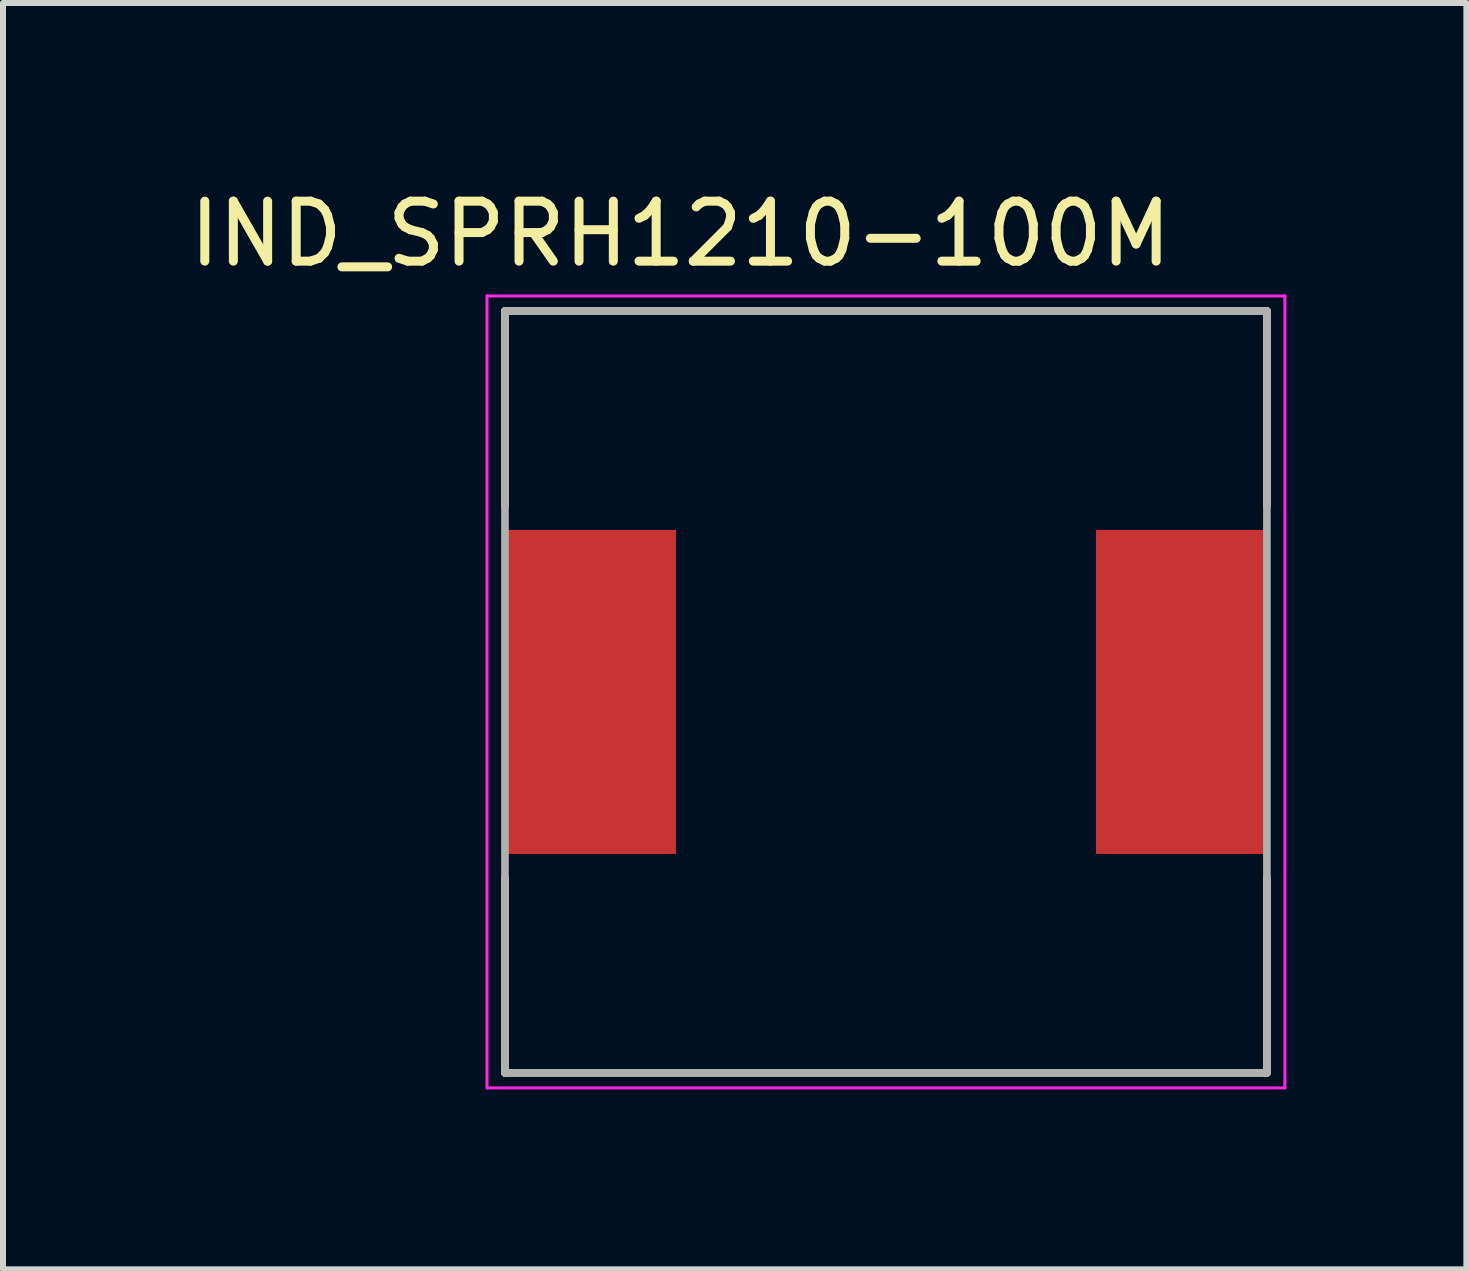
<source format=kicad_pcb>
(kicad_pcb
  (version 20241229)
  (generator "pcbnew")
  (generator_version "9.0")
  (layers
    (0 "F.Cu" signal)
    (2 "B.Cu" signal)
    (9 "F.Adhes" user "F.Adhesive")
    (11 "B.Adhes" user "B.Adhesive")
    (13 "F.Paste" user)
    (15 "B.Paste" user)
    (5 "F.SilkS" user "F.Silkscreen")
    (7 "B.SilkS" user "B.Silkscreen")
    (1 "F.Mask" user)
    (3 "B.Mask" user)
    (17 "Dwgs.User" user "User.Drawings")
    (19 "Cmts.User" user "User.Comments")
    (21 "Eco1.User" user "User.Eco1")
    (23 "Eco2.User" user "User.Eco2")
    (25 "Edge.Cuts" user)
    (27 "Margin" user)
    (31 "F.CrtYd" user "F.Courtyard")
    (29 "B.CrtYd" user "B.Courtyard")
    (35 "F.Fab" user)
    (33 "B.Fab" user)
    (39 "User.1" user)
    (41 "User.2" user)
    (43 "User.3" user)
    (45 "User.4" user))
  (footprint "IND_SPRH1210-100M"
    (layer "F.Cu")
    (at 11.717 8.483)
    (property "Reference" "IND_SPRH1210-100M" (at -3.425 -7.635 0) (layer "F.SilkS") (effects (font (size 1 1) (thickness 0.15))))
    (attr smd)
    (fp_line (start -6.35 -6.35) (end 6.35 -6.35) (stroke (width 0.127) (type solid)) (layer "F.SilkS"))
    (fp_line (start -6.35 -3.1) (end -6.35 -6.35) (stroke (width 0.127) (type solid)) (layer "F.SilkS"))
    (fp_line (start -6.35 6.35) (end -6.35 3.1) (stroke (width 0.127) (type solid)) (layer "F.SilkS"))
    (fp_line (start 6.35 -6.35) (end 6.35 -3.1) (stroke (width 0.127) (type solid)) (layer "F.SilkS"))
    (fp_line (start 6.35 3.1) (end 6.35 6.35) (stroke (width 0.127) (type solid)) (layer "F.SilkS"))
    (fp_line (start 6.35 6.35) (end -6.35 6.35) (stroke (width 0.127) (type solid)) (layer "F.SilkS"))
    (fp_line (start -6.65 -6.6) (end -6.65 6.6) (stroke (width 0.05) (type solid)) (layer "F.CrtYd"))
    (fp_line (start -6.65 6.6) (end 6.65 6.6) (stroke (width 0.05) (type solid)) (layer "F.CrtYd"))
    (fp_line (start 6.65 -6.6) (end -6.65 -6.6) (stroke (width 0.05) (type solid)) (layer "F.CrtYd"))
    (fp_line (start 6.65 6.6) (end 6.65 -6.6) (stroke (width 0.05) (type solid)) (layer "F.CrtYd"))
    (fp_line (start -6.35 -6.35) (end -6.35 6.35) (stroke (width 0.127) (type solid)) (layer "F.Fab"))
    (fp_line (start -6.35 6.35) (end 6.35 6.35) (stroke (width 0.127) (type solid)) (layer "F.Fab"))
    (fp_line (start 6.35 -6.35) (end -6.35 -6.35) (stroke (width 0.127) (type solid)) (layer "F.Fab"))
    (fp_line (start 6.35 6.35) (end 6.35 -6.35) (stroke (width 0.127) (type solid)) (layer "F.Fab"))
    (pad "1" smd rect (at -4.95 0) (size 2.9 5.4) (layers "F.Cu" "F.Mask" "F.Paste"))
    (pad "2" smd rect (at 4.95 0) (size 2.9 5.4) (layers "F.Cu" "F.Mask" "F.Paste")))
  (gr_rect
    (start -3 -3)
    (end 21.392 18.108)
    (stroke (width 0.1) (type default))
    (fill no)
    (layer "Edge.Cuts")))
</source>
